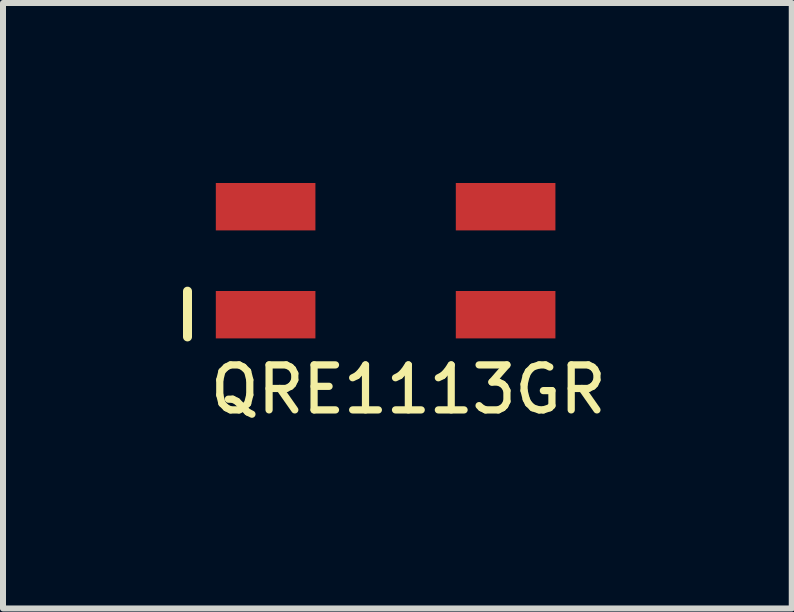
<source format=kicad_pcb>
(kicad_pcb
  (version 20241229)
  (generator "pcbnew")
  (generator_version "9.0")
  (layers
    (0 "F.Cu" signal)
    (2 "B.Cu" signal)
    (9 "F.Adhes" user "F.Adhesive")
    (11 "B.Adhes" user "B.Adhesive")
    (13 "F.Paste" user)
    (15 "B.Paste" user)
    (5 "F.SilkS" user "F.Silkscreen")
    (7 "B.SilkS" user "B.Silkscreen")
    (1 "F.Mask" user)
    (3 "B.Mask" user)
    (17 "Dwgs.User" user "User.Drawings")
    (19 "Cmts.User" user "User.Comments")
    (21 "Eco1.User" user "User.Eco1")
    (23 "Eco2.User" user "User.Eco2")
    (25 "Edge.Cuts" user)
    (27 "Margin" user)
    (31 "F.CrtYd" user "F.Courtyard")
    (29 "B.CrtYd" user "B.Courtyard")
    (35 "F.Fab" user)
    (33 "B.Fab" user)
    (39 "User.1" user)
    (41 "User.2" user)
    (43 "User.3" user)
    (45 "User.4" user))
  (footprint "QRE1113GR"
    (layer "F.Cu")
    (at 3.377 1.295)
    (property "Reference" "QRE1113GR" (at 0.379 2.146 0) (layer "F.SilkS") (effects (font (size 0.75 0.75) (thickness 0.12))))
    (attr through_hole)
    (fp_line (start -3.302 1.27) (end -3.302 0.508) (stroke (width 0.15) (type solid)) (layer "F.SilkS"))
    (pad "1" smd rect (at -2 0.9) (size 1.66 0.79) (layers "F.Cu" "F.Mask" "F.Paste"))
    (pad "2" smd rect (at 2 0.9) (size 1.66 0.79) (layers "F.Cu" "F.Mask" "F.Paste"))
    (pad "3" smd rect (at 2 -0.9) (size 1.66 0.79) (layers "F.Cu" "F.Mask" "F.Paste"))
    (pad "4" smd rect (at -2 -0.9) (size 1.66 0.79) (layers "F.Cu" "F.Mask" "F.Paste")))
  (gr_rect
    (start -3 -3)
    (end 10.146 7.091)
    (stroke (width 0.1) (type default))
    (fill no)
    (layer "Edge.Cuts")))
</source>
